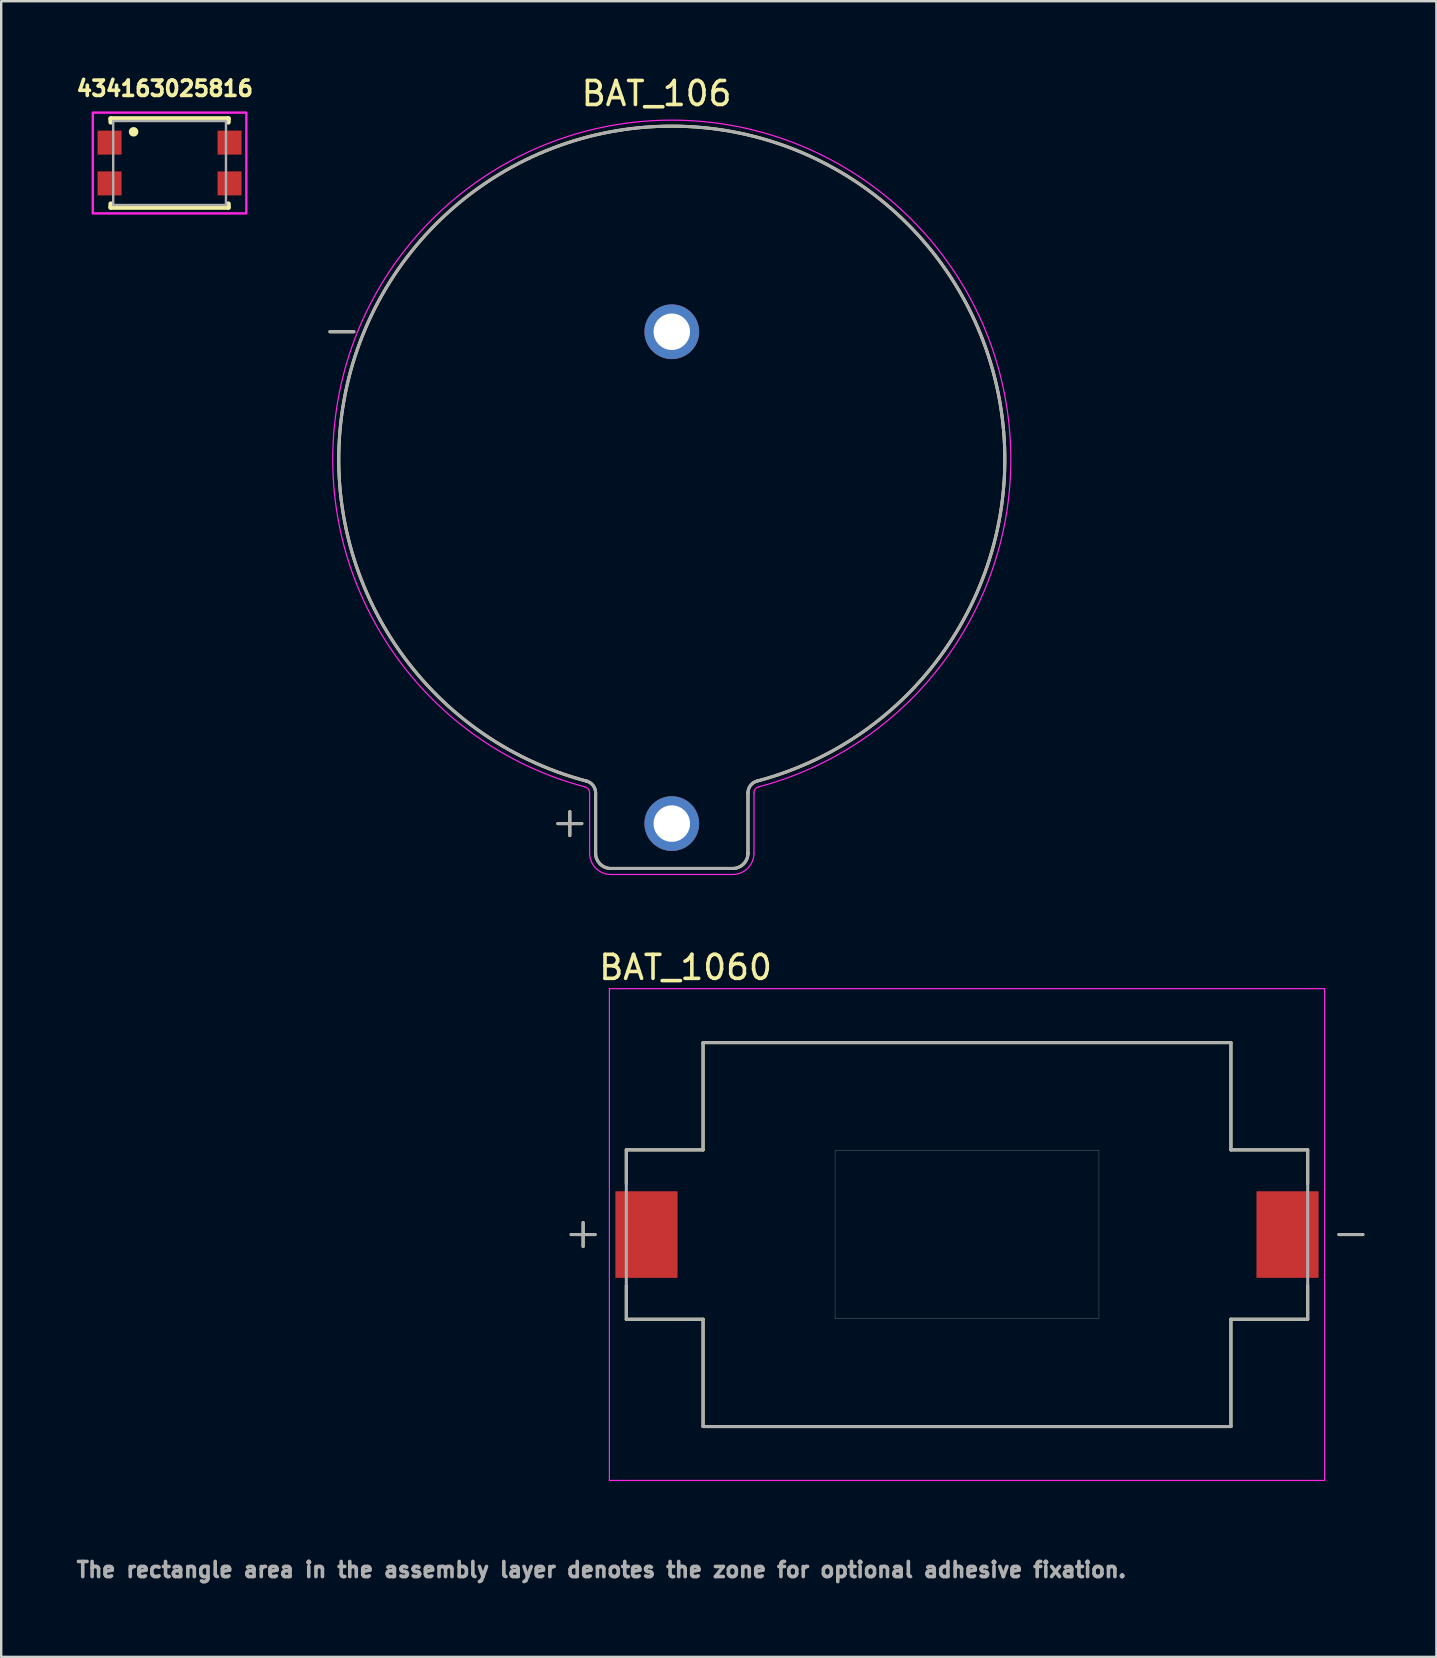
<source format=kicad_pcb>
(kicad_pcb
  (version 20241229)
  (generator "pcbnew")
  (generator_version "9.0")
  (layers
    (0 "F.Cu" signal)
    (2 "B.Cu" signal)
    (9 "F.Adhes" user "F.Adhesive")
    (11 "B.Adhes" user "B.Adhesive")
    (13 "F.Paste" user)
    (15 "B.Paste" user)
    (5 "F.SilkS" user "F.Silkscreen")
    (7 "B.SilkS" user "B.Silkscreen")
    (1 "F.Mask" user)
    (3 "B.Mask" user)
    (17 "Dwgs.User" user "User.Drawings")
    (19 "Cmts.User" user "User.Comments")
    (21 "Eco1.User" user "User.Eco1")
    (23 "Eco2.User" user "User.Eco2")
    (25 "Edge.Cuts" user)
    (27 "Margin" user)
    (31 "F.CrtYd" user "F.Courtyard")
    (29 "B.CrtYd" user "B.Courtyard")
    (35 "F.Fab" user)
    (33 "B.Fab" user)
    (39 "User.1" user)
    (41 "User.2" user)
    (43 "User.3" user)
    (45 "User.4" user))
  (footprint "BAT_106"
    (layer "F.Cu")
    (at 24.95 16.088)
    (property "Reference" "BAT_106" (at -0.635 -15.24 0) (layer "F.SilkS") (effects (font (size 1 1) (thickness 0.15))))
    (attr through_hole)
    (fp_line (start -14.25 -5.311) (end -13.25 -5.311) (stroke (width 0.127) (type solid)) (layer "F.SilkS"))
    (fp_line (start -4.75 15.189) (end -3.75 15.189) (stroke (width 0.127) (type solid)) (layer "F.SilkS"))
    (fp_line (start -4.25 14.689) (end -4.25 15.689) (stroke (width 0.127) (type solid)) (layer "F.SilkS"))
    (fp_line (start -3.175 13.91) (end -3.175 16.424) (stroke (width 0.127) (type solid)) (layer "F.SilkS"))
    (fp_line (start -2.54 17.059) (end 2.54 17.059) (stroke (width 0.127) (type solid)) (layer "F.SilkS"))
    (fp_line (start 3.175 13.91) (end 3.175 16.424) (stroke (width 0.127) (type solid)) (layer "F.SilkS"))
    (fp_arc (start -3.55402 13.4173) (mid -3.280724 13.599069) (end -3.175 13.9098) (stroke (width 0.127) (type solid)) (layer "F.SilkS"))
    (fp_arc (start -3.55402 13.4173) (mid 0 -13.879992) (end 3.55402 13.4173) (stroke (width 0.127) (type solid)) (layer "F.SilkS"))
    (fp_arc (start -2.54 17.0592) (mid -2.989013 16.873213) (end -3.175 16.4242) (stroke (width 0.127) (type solid)) (layer "F.SilkS"))
    (fp_arc (start 3.175 13.9098) (mid 3.280723 13.599069) (end 3.55402 13.4173) (stroke (width 0.127) (type solid)) (layer "F.SilkS"))
    (fp_arc (start 3.175 16.4242) (mid 2.989013 16.873213) (end 2.54 17.0592) (stroke (width 0.127) (type solid)) (layer "F.SilkS"))
    (fp_line (start -3.425 13.91) (end -3.425 16.424) (stroke (width 0.05) (type solid)) (layer "F.CrtYd"))
    (fp_line (start -2.54 17.309) (end 2.54 17.309) (stroke (width 0.05) (type solid)) (layer "F.CrtYd"))
    (fp_line (start 3.425 13.91) (end 3.425 16.424) (stroke (width 0.05) (type solid)) (layer "F.CrtYd"))
    (fp_arc (start -3.61804 13.6589) (mid -3.478835 13.751508) (end -3.425 13.9098) (stroke (width 0.05) (type solid)) (layer "F.CrtYd"))
    (fp_arc (start -3.61804 13.6589) (mid 0 -14.130109) (end 3.61804 13.6589) (stroke (width 0.05) (type solid)) (layer "F.CrtYd"))
    (fp_arc (start -2.54 17.3092) (mid -3.16579 17.04999) (end -3.425 16.4242) (stroke (width 0.05) (type solid)) (layer "F.CrtYd"))
    (fp_arc (start 3.425 13.9098) (mid 3.478835 13.751509) (end 3.61804 13.6589) (stroke (width 0.05) (type solid)) (layer "F.CrtYd"))
    (fp_arc (start 3.425 16.4242) (mid 3.16579 17.04999) (end 2.54 17.3092) (stroke (width 0.05) (type solid)) (layer "F.CrtYd"))
    (fp_line (start -13.25 -5.311) (end -14.25 -5.311) (stroke (width 0.127) (type solid)) (layer "F.Fab"))
    (fp_line (start -4.25 14.689) (end -4.25 15.689) (stroke (width 0.127) (type solid)) (layer "F.Fab"))
    (fp_line (start -3.75 15.189) (end -4.75 15.189) (stroke (width 0.127) (type solid)) (layer "F.Fab"))
    (fp_line (start -3.175 13.91) (end -3.175 16.424) (stroke (width 0.127) (type solid)) (layer "F.Fab"))
    (fp_line (start -2.54 17.059) (end 2.54 17.059) (stroke (width 0.127) (type solid)) (layer "F.Fab"))
    (fp_line (start 3.175 13.91) (end 3.175 16.424) (stroke (width 0.127) (type solid)) (layer "F.Fab"))
    (fp_arc (start -3.55402 13.4173) (mid -3.280724 13.599069) (end -3.175 13.9098) (stroke (width 0.127) (type solid)) (layer "F.Fab"))
    (fp_arc (start -3.55402 13.4173) (mid 0 -13.879992) (end 3.55402 13.4173) (stroke (width 0.127) (type solid)) (layer "F.Fab"))
    (fp_arc (start -2.54 17.0592) (mid -2.989013 16.873213) (end -3.175 16.4242) (stroke (width 0.127) (type solid)) (layer "F.Fab"))
    (fp_arc (start 3.175 13.9098) (mid 3.280723 13.599069) (end 3.55402 13.4173) (stroke (width 0.127) (type solid)) (layer "F.Fab"))
    (fp_arc (start 3.175 16.4242) (mid 2.989013 16.873213) (end 2.54 17.0592) (stroke (width 0.127) (type solid)) (layer "F.Fab"))
    (pad "N" thru_hole circle (at 0 -5.311) (size 2.28 2.28) (drill 1.52) (layers "*.Cu" "*.Mask"))
    (pad "P" thru_hole circle (at 0 15.189) (size 2.28 2.28) (drill 1.52) (layers "*.Cu" "*.Mask")))
  (footprint "434163025816"
    (layer "F.Cu")
    (at 4.018 3.744)
    (property "Reference" "434163025816" (at -0.2 -3.106 0) (layer "F.SilkS") (effects (font (size 0.64 0.64) (thickness 0.15))))
    (attr smd)
    (fp_line (start -2.45 -1.85) (end 2.45 -1.85) (stroke (width 0.2) (type solid)) (layer "F.SilkS"))
    (fp_line (start -2.45 -1.7) (end -2.45 -1.85) (stroke (width 0.2) (type solid)) (layer "F.SilkS"))
    (fp_line (start -2.45 1.85) (end -2.45 1.7) (stroke (width 0.2) (type solid)) (layer "F.SilkS"))
    (fp_line (start 2.45 -1.85) (end 2.45 -1.7) (stroke (width 0.2) (type solid)) (layer "F.SilkS"))
    (fp_line (start 2.45 1.7) (end 2.45 1.85) (stroke (width 0.2) (type solid)) (layer "F.SilkS"))
    (fp_line (start 2.45 1.85) (end -2.45 1.85) (stroke (width 0.2) (type solid)) (layer "F.SilkS"))
    (fp_circle (center -1.5 -1.3) (end -1.4 -1.3) (stroke (width 0.2) (type solid)) (fill no) (layer "F.SilkS"))
    (fp_poly (pts (xy -3.2 -2.1) (xy 3.2 -2.1) (xy 3.2 2.1) (xy -3.2 2.1)) (stroke (width 0.1) (type solid)) (fill no) (layer "F.CrtYd"))
    (fp_line (start -2.35 -1.75) (end 2.35 -1.75) (stroke (width 0.1) (type solid)) (layer "F.Fab"))
    (fp_line (start -2.35 1.75) (end -2.35 -1.75) (stroke (width 0.1) (type solid)) (layer "F.Fab"))
    (fp_line (start 2.35 -1.75) (end 2.35 1.75) (stroke (width 0.1) (type solid)) (layer "F.Fab"))
    (fp_line (start 2.35 1.75) (end -2.35 1.75) (stroke (width 0.1) (type solid)) (layer "F.Fab"))
    (pad "1" smd rect (at -2.5 -0.85) (size 1 1) (layers "F.Cu" "F.Mask" "F.Paste"))
    (pad "2" smd rect (at -2.5 0.85) (size 1 1) (layers "F.Cu" "F.Mask" "F.Paste"))
    (pad "3" smd rect (at 2.5 -0.85) (size 1 1) (layers "F.Cu" "F.Mask" "F.Paste"))
    (pad "4" smd rect (at 2.5 0.85) (size 1 1) (layers "F.Cu" "F.Mask" "F.Paste")))
  (footprint "BAT_1060"
    (layer "F.Cu")
    (at 37.254 48.406)
    (property "Reference" "BAT_1060" (at -11.73 -11.135 0) (layer "F.SilkS") (effects (font (size 1 1) (thickness 0.15))))
    (attr smd)
    (fp_line (start -16 -0.5) (end -16 0.5) (stroke (width 0.127) (type solid)) (layer "F.SilkS"))
    (fp_line (start -15.5 0) (end -16.5 0) (stroke (width 0.127) (type solid)) (layer "F.SilkS"))
    (fp_line (start -14.2 -3.53) (end -14.2 -2.125) (stroke (width 0.127) (type solid)) (layer "F.SilkS"))
    (fp_line (start -14.2 3.53) (end -14.2 2.125) (stroke (width 0.127) (type solid)) (layer "F.SilkS"))
    (fp_line (start -14.2 3.53) (end -11 3.53) (stroke (width 0.127) (type solid)) (layer "F.SilkS"))
    (fp_line (start -11 -8) (end -11 -3.53) (stroke (width 0.127) (type solid)) (layer "F.SilkS"))
    (fp_line (start -11 -3.53) (end -14.2 -3.53) (stroke (width 0.127) (type solid)) (layer "F.SilkS"))
    (fp_line (start -11 3.53) (end -11 8) (stroke (width 0.127) (type solid)) (layer "F.SilkS"))
    (fp_line (start -11 8) (end 11 8) (stroke (width 0.127) (type solid)) (layer "F.SilkS"))
    (fp_line (start 11 -8) (end -11 -8) (stroke (width 0.127) (type solid)) (layer "F.SilkS"))
    (fp_line (start 11 -3.53) (end 11 -8) (stroke (width 0.127) (type solid)) (layer "F.SilkS"))
    (fp_line (start 11 3.53) (end 14.2 3.53) (stroke (width 0.127) (type solid)) (layer "F.SilkS"))
    (fp_line (start 11 8) (end 11 3.53) (stroke (width 0.127) (type solid)) (layer "F.SilkS"))
    (fp_line (start 14.2 -3.53) (end 11 -3.53) (stroke (width 0.127) (type solid)) (layer "F.SilkS"))
    (fp_line (start 14.2 -2.125) (end 14.2 -3.53) (stroke (width 0.127) (type solid)) (layer "F.SilkS"))
    (fp_line (start 14.2 3.53) (end 14.2 2.125) (stroke (width 0.127) (type solid)) (layer "F.SilkS"))
    (fp_line (start 15.5 0) (end 16.5 0) (stroke (width 0.127) (type solid)) (layer "F.SilkS"))
    (fp_line (start -14.905 -10.25) (end -14.905 10.25) (stroke (width 0.05) (type solid)) (layer "F.CrtYd"))
    (fp_line (start -14.905 10.25) (end 14.905 10.25) (stroke (width 0.05) (type solid)) (layer "F.CrtYd"))
    (fp_line (start 14.905 -10.25) (end -14.905 -10.25) (stroke (width 0.05) (type solid)) (layer "F.CrtYd"))
    (fp_line (start 14.905 10.25) (end 14.905 -10.25) (stroke (width 0.05) (type solid)) (layer "F.CrtYd"))
    (fp_line (start -16.5 0) (end -15.5 0) (stroke (width 0.127) (type solid)) (layer "F.Fab"))
    (fp_line (start -16 -0.5) (end -16 0.5) (stroke (width 0.127) (type solid)) (layer "F.Fab"))
    (fp_line (start -14.2 -3.53) (end -14.2 3.53) (stroke (width 0.127) (type solid)) (layer "F.Fab"))
    (fp_line (start -14.2 3.53) (end -11 3.53) (stroke (width 0.127) (type solid)) (layer "F.Fab"))
    (fp_line (start -11 -8) (end -11 -3.53) (stroke (width 0.127) (type solid)) (layer "F.Fab"))
    (fp_line (start -11 -3.53) (end -14.2 -3.53) (stroke (width 0.127) (type solid)) (layer "F.Fab"))
    (fp_line (start -11 3.53) (end -11 8) (stroke (width 0.127) (type solid)) (layer "F.Fab"))
    (fp_line (start -11 8) (end 11 8) (stroke (width 0.127) (type solid)) (layer "F.Fab"))
    (fp_line (start 11 -8) (end -11 -8) (stroke (width 0.127) (type solid)) (layer "F.Fab"))
    (fp_line (start 11 -3.53) (end 11 -8) (stroke (width 0.127) (type solid)) (layer "F.Fab"))
    (fp_line (start 11 3.53) (end 14.2 3.53) (stroke (width 0.127) (type solid)) (layer "F.Fab"))
    (fp_line (start 11 8) (end 11 3.53) (stroke (width 0.127) (type solid)) (layer "F.Fab"))
    (fp_line (start 14.2 -3.53) (end 11 -3.53) (stroke (width 0.127) (type solid)) (layer "F.Fab"))
    (fp_line (start 14.2 3.53) (end 14.2 -3.53) (stroke (width 0.127) (type solid)) (layer "F.Fab"))
    (fp_line (start 15.5 0) (end 16.5 0) (stroke (width 0.127) (type solid)) (layer "F.Fab"))
    (fp_poly (pts (xy -5.5 -3.505) (xy 5.5 -3.505) (xy 5.5 3.505) (xy -5.5 3.505)) (stroke (width 0.01) (type solid)) (fill no) (layer "F.Fab"))
    (fp_text user "The rectangle area in the assembly layer denotes the zone for optional adhesive fixation." (at -15.24 13.97 0) (layer "F.Fab") (effects (font (size 0.63 0.63) (thickness 0.15))))
    (pad "N" smd rect (at 13.36 0) (size 2.59 3.61) (layers "F.Cu" "F.Mask" "F.Paste"))
    (pad "P" smd rect (at -13.36 0) (size 2.59 3.61) (layers "F.Cu" "F.Mask" "F.Paste")))
  (gr_rect
    (start -3 -3)
    (end 56.818 66.007)
    (stroke (width 0.1) (type default))
    (fill no)
    (layer "Edge.Cuts")))
</source>
